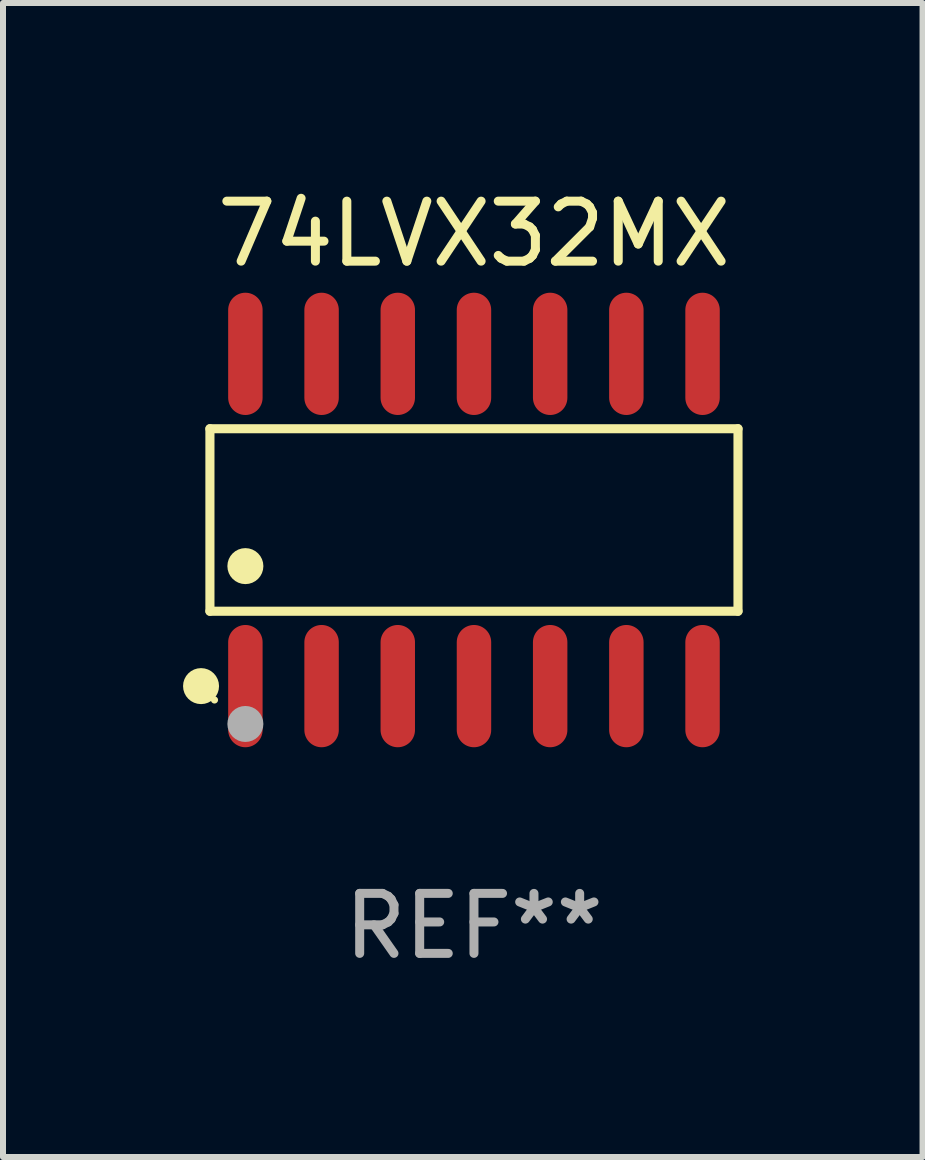
<source format=kicad_pcb>
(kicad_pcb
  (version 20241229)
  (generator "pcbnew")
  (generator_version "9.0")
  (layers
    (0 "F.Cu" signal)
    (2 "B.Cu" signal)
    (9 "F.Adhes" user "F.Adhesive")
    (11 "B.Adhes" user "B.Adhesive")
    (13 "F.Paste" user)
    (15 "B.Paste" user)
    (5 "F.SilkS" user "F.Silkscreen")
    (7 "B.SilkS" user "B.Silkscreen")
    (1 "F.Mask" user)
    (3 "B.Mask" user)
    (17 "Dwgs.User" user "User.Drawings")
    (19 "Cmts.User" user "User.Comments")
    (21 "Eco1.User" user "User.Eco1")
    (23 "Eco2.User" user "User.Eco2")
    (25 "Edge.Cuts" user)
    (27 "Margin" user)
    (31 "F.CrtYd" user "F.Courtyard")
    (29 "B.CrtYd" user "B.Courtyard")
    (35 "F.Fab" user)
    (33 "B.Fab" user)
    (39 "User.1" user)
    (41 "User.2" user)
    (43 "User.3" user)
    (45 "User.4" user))
  (footprint "74LVX32MX"
    (layer "F.Cu")
    (at 4.85 5.617)
    (property "Reference" "74LVX32MX" (at 0 -4.769 0) (layer "F.SilkS") (effects (font (size 1 1) (thickness 0.15))))
    (attr through_hole)
    (fp_line (start -4.401 -1.521) (end 4.401 -1.521) (stroke (width 0.152) (type solid)) (layer "F.SilkS"))
    (fp_line (start -4.401 1.521) (end -4.401 -1.521) (stroke (width 0.152) (type solid)) (layer "F.SilkS"))
    (fp_line (start 4.401 -1.521) (end 4.401 1.521) (stroke (width 0.152) (type solid)) (layer "F.SilkS"))
    (fp_line (start 4.401 1.521) (end -4.401 1.521) (stroke (width 0.152) (type solid)) (layer "F.SilkS"))
    (fp_circle (center -4.549 2.769) (end -4.399 2.769) (stroke (width 0.3) (type solid)) (fill no) (layer "F.SilkS"))
    (fp_circle (center -4.325 3) (end -4.295 3) (stroke (width 0.06) (type solid)) (fill no) (layer "F.SilkS"))
    (fp_circle (center -3.81 0.769) (end -3.66 0.769) (stroke (width 0.3) (type solid)) (fill no) (layer "F.SilkS"))
    (fp_circle (center -3.81 3.4) (end -3.66 3.4) (stroke (width 0.3) (type solid)) (fill no) (layer "F.Fab"))
    (fp_text user "REF**" (at 0 6.769 0) (layer "F.Fab") (effects (font (size 1 1) (thickness 0.15))))
    (pad "1" smd oval (at -3.81 2.769) (size 0.574 2.038) (layers "F.Cu" "F.Mask" "F.Paste"))
    (pad "2" smd oval (at -2.54 2.769) (size 0.574 2.038) (layers "F.Cu" "F.Mask" "F.Paste"))
    (pad "3" smd oval (at -1.27 2.769) (size 0.574 2.038) (layers "F.Cu" "F.Mask" "F.Paste"))
    (pad "4" smd oval (at 0 2.769) (size 0.574 2.038) (layers "F.Cu" "F.Mask" "F.Paste"))
    (pad "5" smd oval (at 1.27 2.769) (size 0.574 2.038) (layers "F.Cu" "F.Mask" "F.Paste"))
    (pad "6" smd oval (at 2.54 2.769) (size 0.574 2.038) (layers "F.Cu" "F.Mask" "F.Paste"))
    (pad "7" smd oval (at 3.81 2.769) (size 0.574 2.038) (layers "F.Cu" "F.Mask" "F.Paste"))
    (pad "8" smd oval (at 3.81 -2.769) (size 0.574 2.038) (layers "F.Cu" "F.Mask" "F.Paste"))
    (pad "9" smd oval (at 2.54 -2.769) (size 0.574 2.038) (layers "F.Cu" "F.Mask" "F.Paste"))
    (pad "10" smd oval (at 1.27 -2.769) (size 0.574 2.038) (layers "F.Cu" "F.Mask" "F.Paste"))
    (pad "11" smd oval (at 0 -2.769) (size 0.574 2.038) (layers "F.Cu" "F.Mask" "F.Paste"))
    (pad "12" smd oval (at -1.27 -2.769) (size 0.574 2.038) (layers "F.Cu" "F.Mask" "F.Paste"))
    (pad "13" smd oval (at -2.54 -2.769) (size 0.574 2.038) (layers "F.Cu" "F.Mask" "F.Paste"))
    (pad "14" smd oval (at -3.81 -2.769) (size 0.574 2.038) (layers "F.Cu" "F.Mask" "F.Paste")))
  (gr_rect
    (start -3 -3)
    (end 12.327 16.235)
    (stroke (width 0.1) (type default))
    (fill no)
    (layer "Edge.Cuts")))
</source>
